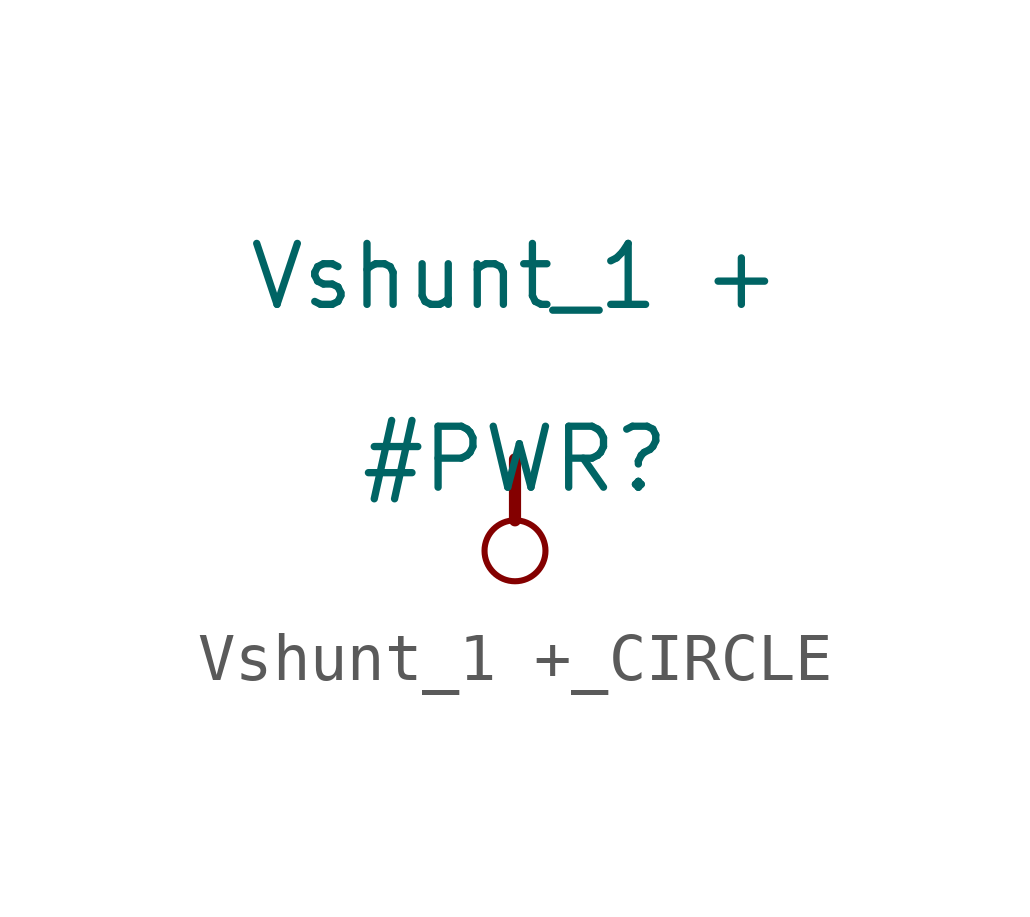
<source format=kicad_sym>
(kicad_symbol_lib
  (version 20231120)
  (generator "kicad_symbol_editor")
  (generator_version "8.0")
  (symbol "Vshunt_1 +_CIRCLE"
    (power)
    (property "Reference" "#PWR"
      (at 0 0 0)
      (effects (font (size 1.27 1.27))))
    (property "Value" "Vshunt_1 +"
      (at 0 3.81 0)
      (effects (font (size 1.27 1.27))))
    (symbol "Vshunt_1 +_CIRCLE_0_0"
      (circle (center 0 -1.905) (radius 0.635) (stroke (width 0.127) (type solid)) (fill (type none)))
      (polyline (pts (xy 0 0) (xy 0 -1.27)) (stroke (width 0.254) (type solid)) (fill (type none)))
      (pin power_in line (at 0 0 0) (length 0) hide (name "Vshunt_1_+" (effects (font (size 1.27 1.27)))) (number "" (effects (font (size 1.27 1.27))))))))
</source>
